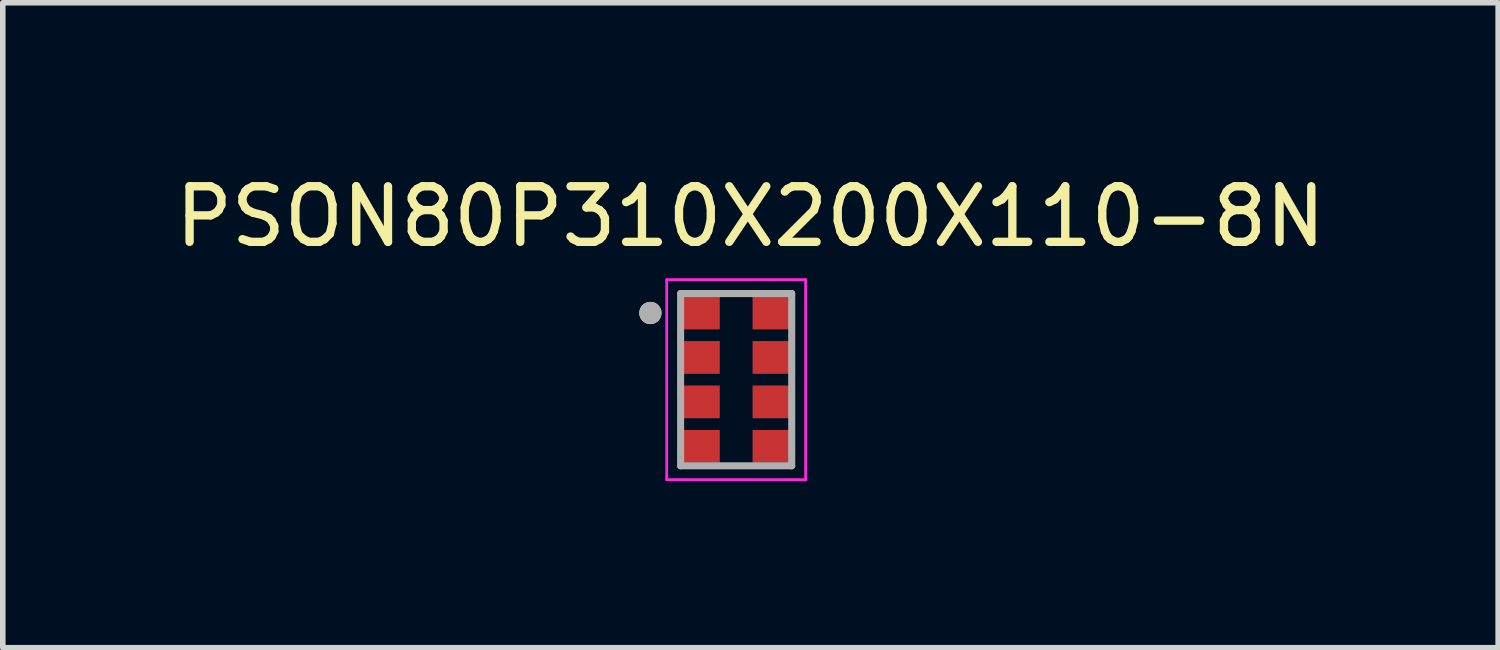
<source format=kicad_pcb>
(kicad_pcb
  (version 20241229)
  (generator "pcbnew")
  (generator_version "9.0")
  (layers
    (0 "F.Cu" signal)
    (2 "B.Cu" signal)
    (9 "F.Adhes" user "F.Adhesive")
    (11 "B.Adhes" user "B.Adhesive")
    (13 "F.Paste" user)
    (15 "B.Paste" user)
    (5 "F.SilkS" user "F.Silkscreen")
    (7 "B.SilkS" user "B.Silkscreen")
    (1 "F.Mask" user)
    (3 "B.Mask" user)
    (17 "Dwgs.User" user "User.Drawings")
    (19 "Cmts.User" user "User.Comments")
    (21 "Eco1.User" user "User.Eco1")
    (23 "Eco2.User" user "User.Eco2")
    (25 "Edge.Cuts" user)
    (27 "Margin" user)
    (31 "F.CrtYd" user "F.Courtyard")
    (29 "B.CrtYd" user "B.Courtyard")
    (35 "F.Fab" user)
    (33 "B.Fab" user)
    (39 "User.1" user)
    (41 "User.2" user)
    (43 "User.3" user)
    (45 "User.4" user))
  (footprint "PSON80P310X200X110-8N"
    (layer "F.Cu")
    (at 10.201 3.784)
    (property "Reference" "PSON80P310X200X110-8N" (at 0.257 -2.936 0) (layer "F.SilkS") (effects (font (size 1 1) (thickness 0.15))))
    (attr smd)
    (fp_circle (center -1.544 -1.2) (end -1.444 -1.2) (stroke (width 0.2) (type solid)) (fill no) (layer "F.SilkS"))
    (fp_line (start -1.25 -1.8) (end -1.25 1.8) (stroke (width 0.05) (type solid)) (layer "F.CrtYd"))
    (fp_line (start -1.25 1.8) (end 1.25 1.8) (stroke (width 0.05) (type solid)) (layer "F.CrtYd"))
    (fp_line (start 1.25 -1.8) (end -1.25 -1.8) (stroke (width 0.05) (type solid)) (layer "F.CrtYd"))
    (fp_line (start 1.25 1.8) (end 1.25 -1.8) (stroke (width 0.05) (type solid)) (layer "F.CrtYd"))
    (fp_line (start -1 -1.55) (end 1 -1.55) (stroke (width 0.127) (type solid)) (layer "F.Fab"))
    (fp_line (start -1 1.55) (end -1 -1.55) (stroke (width 0.127) (type solid)) (layer "F.Fab"))
    (fp_line (start 1 -1.55) (end 1 1.55) (stroke (width 0.127) (type solid)) (layer "F.Fab"))
    (fp_line (start 1 1.55) (end -1 1.55) (stroke (width 0.127) (type solid)) (layer "F.Fab"))
    (fp_circle (center -1.544 -1.2) (end -1.444 -1.2) (stroke (width 0.2) (type solid)) (fill no) (layer "F.Fab"))
    (pad "1" smd rect (at -0.64 -1.2) (size 0.69 0.59) (layers "F.Cu" "F.Mask" "F.Paste"))
    (pad "2" smd rect (at -0.64 -0.4) (size 0.69 0.59) (layers "F.Cu" "F.Mask" "F.Paste"))
    (pad "3" smd rect (at -0.64 0.4) (size 0.69 0.59) (layers "F.Cu" "F.Mask" "F.Paste"))
    (pad "4" smd rect (at -0.64 1.2) (size 0.69 0.59) (layers "F.Cu" "F.Mask" "F.Paste"))
    (pad "5" smd rect (at 0.64 1.2) (size 0.69 0.59) (layers "F.Cu" "F.Mask" "F.Paste"))
    (pad "6" smd rect (at 0.64 0.4) (size 0.69 0.59) (layers "F.Cu" "F.Mask" "F.Paste"))
    (pad "7" smd rect (at 0.64 -0.4) (size 0.69 0.59) (layers "F.Cu" "F.Mask" "F.Paste"))
    (pad "8" smd rect (at 0.64 -1.2) (size 0.69 0.59) (layers "F.Cu" "F.Mask" "F.Paste")))
  (gr_rect
    (start -3 -3)
    (end 23.917 8.609)
    (stroke (width 0.1) (type default))
    (fill no)
    (layer "Edge.Cuts")))
</source>
